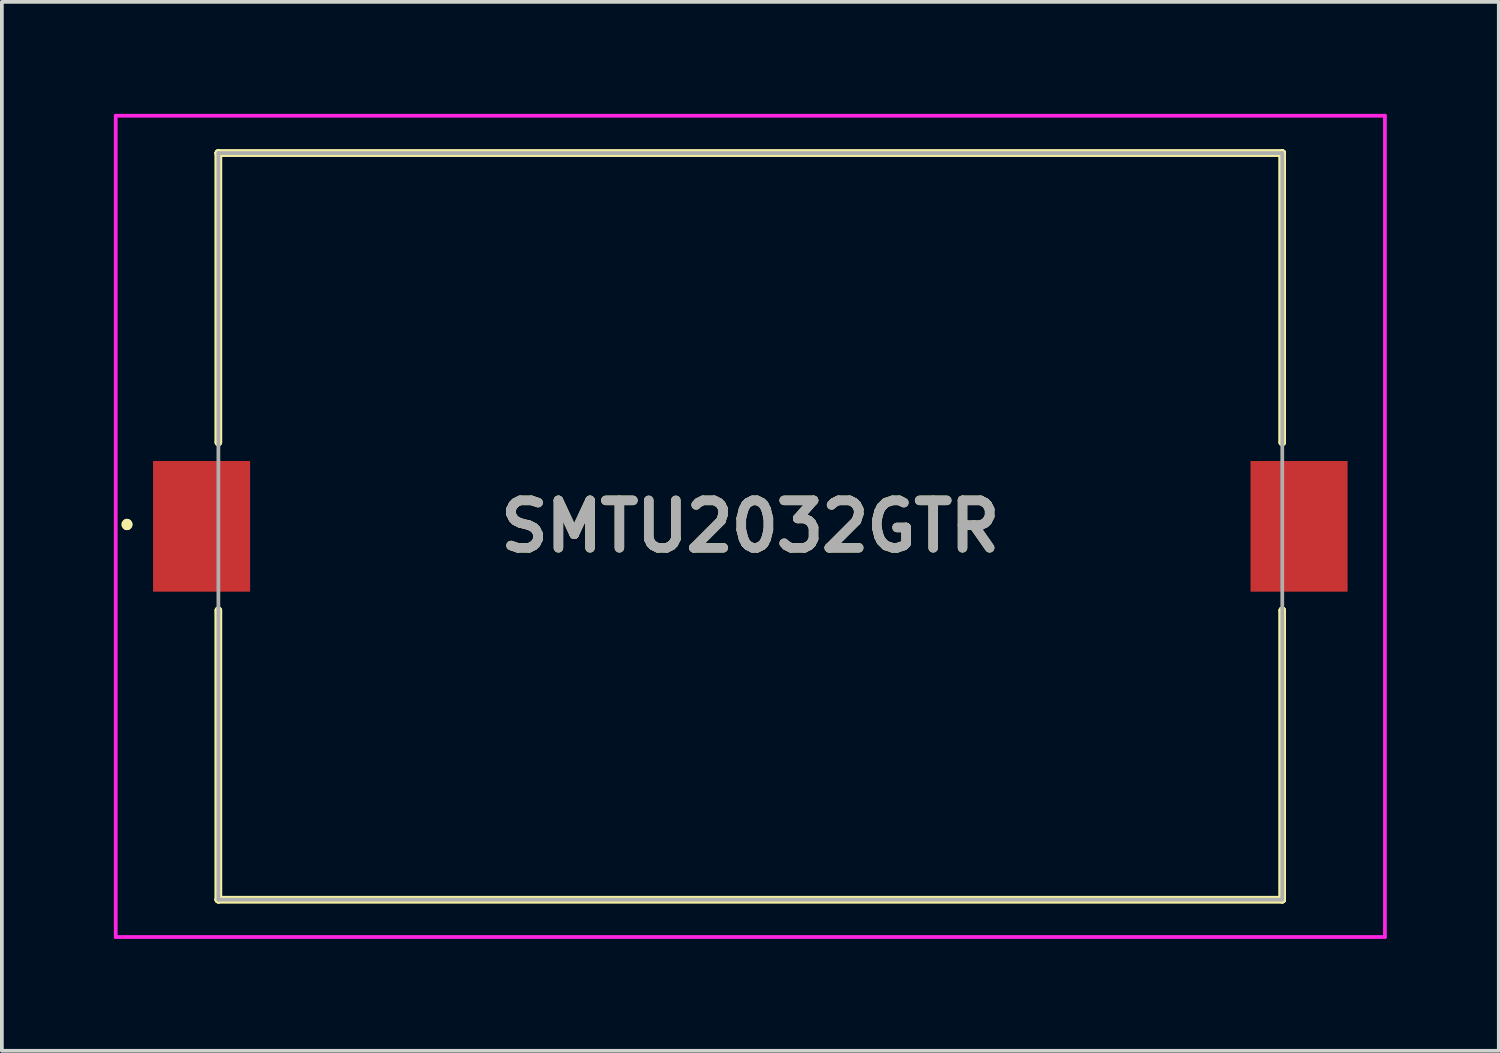
<source format=kicad_pcb>
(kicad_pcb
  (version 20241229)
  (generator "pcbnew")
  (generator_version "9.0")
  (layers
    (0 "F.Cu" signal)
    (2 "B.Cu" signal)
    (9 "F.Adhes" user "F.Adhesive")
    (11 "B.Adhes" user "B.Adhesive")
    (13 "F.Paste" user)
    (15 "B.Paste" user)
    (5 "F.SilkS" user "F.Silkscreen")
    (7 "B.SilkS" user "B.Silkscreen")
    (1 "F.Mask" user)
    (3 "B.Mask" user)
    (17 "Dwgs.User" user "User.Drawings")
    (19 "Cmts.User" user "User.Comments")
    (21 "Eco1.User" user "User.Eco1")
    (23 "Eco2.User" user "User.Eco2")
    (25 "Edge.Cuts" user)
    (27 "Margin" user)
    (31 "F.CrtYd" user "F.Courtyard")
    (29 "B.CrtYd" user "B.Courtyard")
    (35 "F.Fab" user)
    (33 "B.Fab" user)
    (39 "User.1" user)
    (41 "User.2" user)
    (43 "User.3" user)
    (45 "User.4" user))
  (footprint "SMTU2032GTR"
    (layer "F.Cu")
    (at 17.05 11.05)
    (property "Reference" "SMTU2032GTR" (at 0 0 0) (layer "F.SilkS") (effects (font (size 1.27 1.27) (thickness 0.254))))
    (attr smd)
    (fp_line (start -16.7 -0.1) (end -16.7 -0.1) (stroke (width 0.2) (type solid)) (layer "F.SilkS"))
    (fp_line (start -16.7 0) (end -16.7 0) (stroke (width 0.2) (type solid)) (layer "F.SilkS"))
    (fp_line (start -16.7 0) (end -16.7 0) (stroke (width 0.2) (type solid)) (layer "F.SilkS"))
    (fp_line (start -14.25 -10) (end -14.25 -10) (stroke (width 0.2) (type solid)) (layer "F.SilkS"))
    (fp_line (start -14.25 -10) (end -14.25 -10) (stroke (width 0.2) (type solid)) (layer "F.SilkS"))
    (fp_line (start -14.25 -10) (end -14.25 -2.25) (stroke (width 0.2) (type solid)) (layer "F.SilkS"))
    (fp_line (start -14.25 -10) (end 14.25 -10) (stroke (width 0.2) (type solid)) (layer "F.SilkS"))
    (fp_line (start -14.25 -2.25) (end -14.25 -10) (stroke (width 0.2) (type solid)) (layer "F.SilkS"))
    (fp_line (start -14.25 -2.25) (end -14.25 -2.25) (stroke (width 0.2) (type solid)) (layer "F.SilkS"))
    (fp_line (start -14.25 2.25) (end -14.25 2.25) (stroke (width 0.2) (type solid)) (layer "F.SilkS"))
    (fp_line (start -14.25 2.25) (end -14.25 10) (stroke (width 0.2) (type solid)) (layer "F.SilkS"))
    (fp_line (start -14.25 10) (end -14.25 2.25) (stroke (width 0.2) (type solid)) (layer "F.SilkS"))
    (fp_line (start -14.25 10) (end -14.25 10) (stroke (width 0.2) (type solid)) (layer "F.SilkS"))
    (fp_line (start -14.25 10) (end -14.25 10) (stroke (width 0.2) (type solid)) (layer "F.SilkS"))
    (fp_line (start -14.25 10) (end 14.25 10) (stroke (width 0.2) (type solid)) (layer "F.SilkS"))
    (fp_line (start 14.25 -10) (end -14.25 -10) (stroke (width 0.2) (type solid)) (layer "F.SilkS"))
    (fp_line (start 14.25 -10) (end 14.25 -10) (stroke (width 0.2) (type solid)) (layer "F.SilkS"))
    (fp_line (start 14.25 -10) (end 14.25 -10) (stroke (width 0.2) (type solid)) (layer "F.SilkS"))
    (fp_line (start 14.25 -10) (end 14.25 -2.25) (stroke (width 0.2) (type solid)) (layer "F.SilkS"))
    (fp_line (start 14.25 -2.25) (end 14.25 -10) (stroke (width 0.2) (type solid)) (layer "F.SilkS"))
    (fp_line (start 14.25 -2.25) (end 14.25 -2.25) (stroke (width 0.2) (type solid)) (layer "F.SilkS"))
    (fp_line (start 14.25 2.25) (end 14.25 2.25) (stroke (width 0.2) (type solid)) (layer "F.SilkS"))
    (fp_line (start 14.25 2.25) (end 14.25 10) (stroke (width 0.2) (type solid)) (layer "F.SilkS"))
    (fp_line (start 14.25 10) (end -14.25 10) (stroke (width 0.2) (type solid)) (layer "F.SilkS"))
    (fp_line (start 14.25 10) (end 14.25 2.25) (stroke (width 0.2) (type solid)) (layer "F.SilkS"))
    (fp_line (start 14.25 10) (end 14.25 10) (stroke (width 0.2) (type solid)) (layer "F.SilkS"))
    (fp_line (start 14.25 10) (end 14.25 10) (stroke (width 0.2) (type solid)) (layer "F.SilkS"))
    (fp_arc (start -16.7 -0.1) (mid -16.65 -0.05) (end -16.7 0) (stroke (width 0.2) (type solid)) (layer "F.SilkS"))
    (fp_arc (start -16.7 -0.1) (mid -16.65 -0.05) (end -16.7 0) (stroke (width 0.2) (type solid)) (layer "F.SilkS"))
    (fp_arc (start -16.7 0) (mid -16.75 -0.05) (end -16.7 -0.1) (stroke (width 0.2) (type solid)) (layer "F.SilkS"))
    (fp_line (start -17 -11) (end 17 -11) (stroke (width 0.1) (type solid)) (layer "F.CrtYd"))
    (fp_line (start -17 11) (end -17 -11) (stroke (width 0.1) (type solid)) (layer "F.CrtYd"))
    (fp_line (start 17 -11) (end 17 11) (stroke (width 0.1) (type solid)) (layer "F.CrtYd"))
    (fp_line (start 17 11) (end -17 11) (stroke (width 0.1) (type solid)) (layer "F.CrtYd"))
    (fp_line (start -14.25 -10) (end -14.25 10) (stroke (width 0.1) (type solid)) (layer "F.Fab"))
    (fp_line (start -14.25 10) (end 14.25 10) (stroke (width 0.1) (type solid)) (layer "F.Fab"))
    (fp_line (start 14.25 -10) (end -14.25 -10) (stroke (width 0.1) (type solid)) (layer "F.Fab"))
    (fp_line (start 14.25 10) (end 14.25 -10) (stroke (width 0.1) (type solid)) (layer "F.Fab"))
    (fp_text user "${REFERENCE}" (at 0 0 0) (layer "F.Fab") (effects (font (size 1.27 1.27) (thickness 0.254))))
    (pad "1" smd rect (at -14.7 0) (size 2.6 3.5) (layers "F.Cu" "F.Mask" "F.Paste"))
    (pad "2" smd rect (at 14.7 0) (size 2.6 3.5) (layers "F.Cu" "F.Mask" "F.Paste")))
  (gr_rect
    (start -3 -3)
    (end 37.1 25.1)
    (stroke (width 0.1) (type default))
    (fill no)
    (layer "Edge.Cuts")))
</source>
